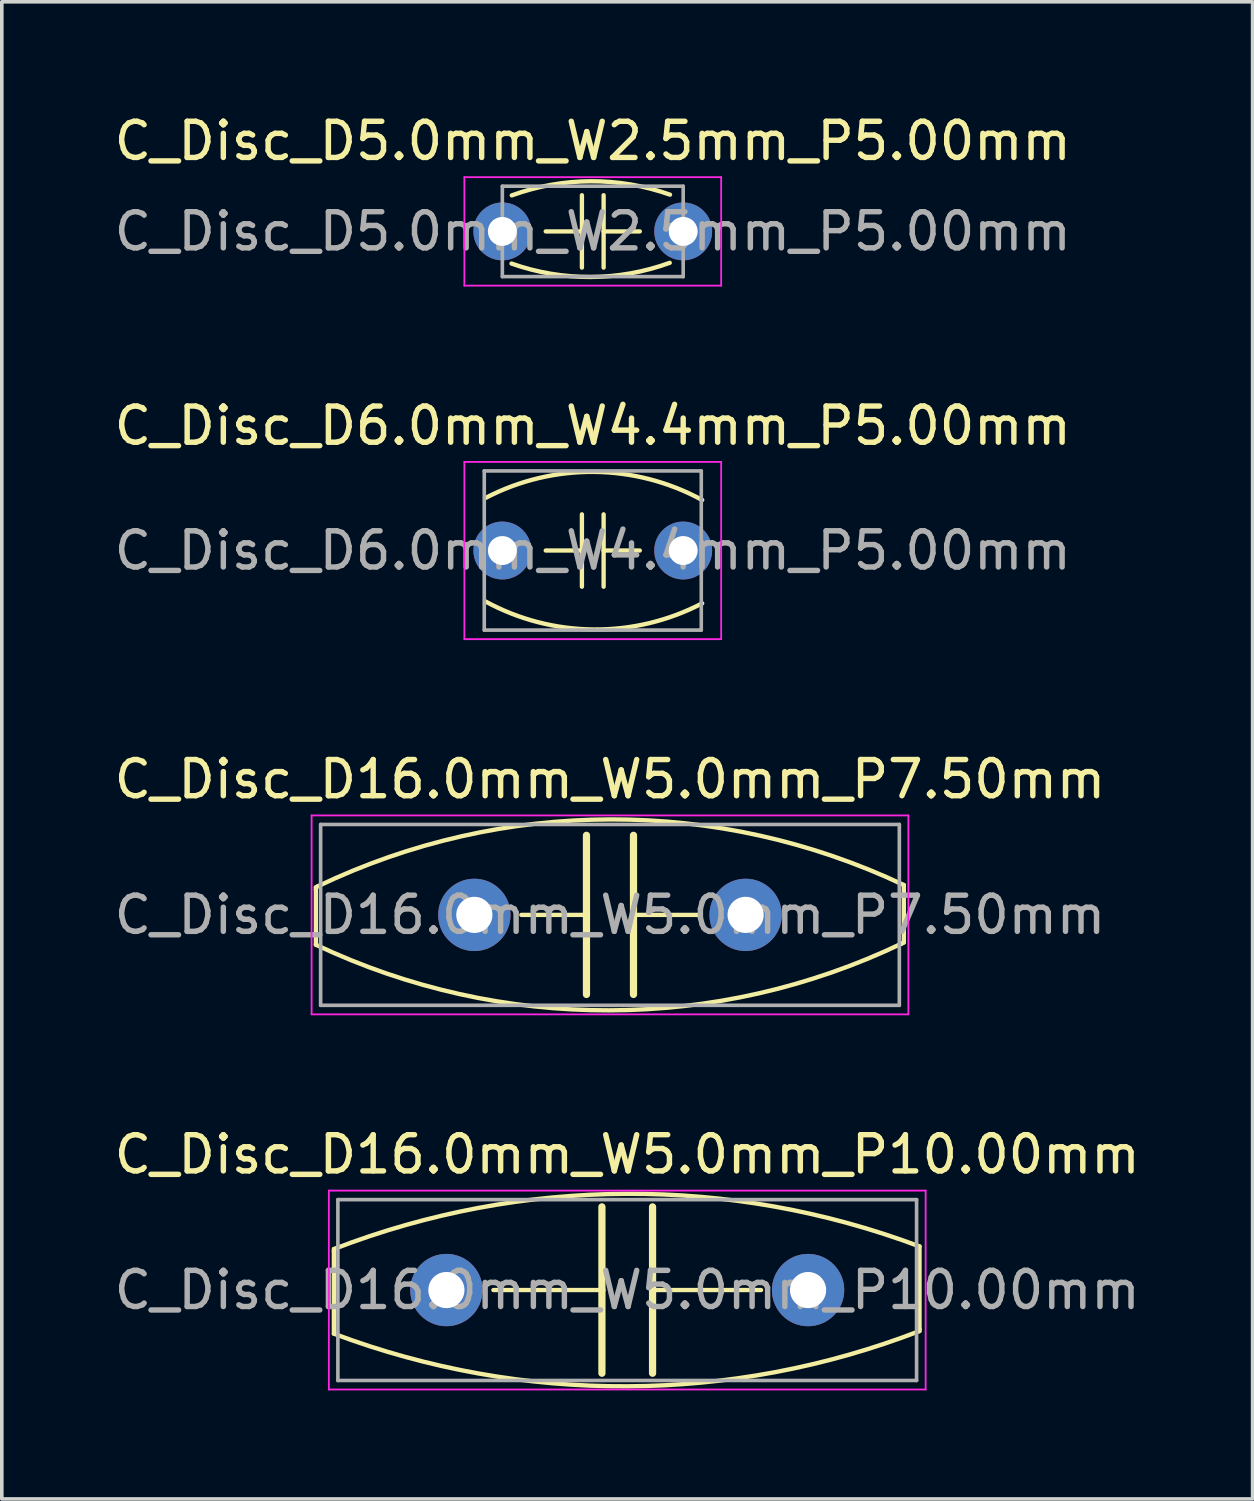
<source format=kicad_pcb>
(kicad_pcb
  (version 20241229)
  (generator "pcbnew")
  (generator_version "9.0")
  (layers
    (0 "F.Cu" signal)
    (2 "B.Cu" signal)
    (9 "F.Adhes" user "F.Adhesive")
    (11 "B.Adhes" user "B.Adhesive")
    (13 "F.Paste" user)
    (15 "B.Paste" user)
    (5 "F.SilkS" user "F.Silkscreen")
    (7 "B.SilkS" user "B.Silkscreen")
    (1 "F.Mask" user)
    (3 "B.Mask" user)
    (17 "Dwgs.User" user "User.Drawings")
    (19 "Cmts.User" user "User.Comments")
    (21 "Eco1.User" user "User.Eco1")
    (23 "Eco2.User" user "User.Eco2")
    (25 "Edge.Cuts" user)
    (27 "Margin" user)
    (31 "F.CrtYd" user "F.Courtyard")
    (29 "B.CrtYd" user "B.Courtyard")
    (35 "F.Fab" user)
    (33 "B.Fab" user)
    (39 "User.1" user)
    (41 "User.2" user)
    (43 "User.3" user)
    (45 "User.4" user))
  (footprint "C_Disc_D16.0mm_W5.0mm_P10.00mm"
    (layer "F.Cu")
    (at 9.292 32.618)
    (property "Reference" "C_Disc_D16.0mm_W5.0mm_P10.00mm" (at 5 -3.75 0) (layer "F.SilkS") (effects (font (size 1 1) (thickness 0.15))))
    (fp_line (start -3.111 -1.079) (end -3.108 -1.135) (stroke (width 0.12) (type solid)) (layer "F.SilkS"))
    (fp_line (start -3.111 1.206) (end -3.111 -1.079) (stroke (width 0.12) (type solid)) (layer "F.SilkS"))
    (fp_line (start 1.3 0) (end 4.3 0) (stroke (width 0.12) (type solid)) (layer "F.SilkS"))
    (fp_line (start 4.3 0) (end 4.3 -2.3) (stroke (width 0.2) (type solid)) (layer "F.SilkS"))
    (fp_line (start 4.3 0) (end 4.3 2.3) (stroke (width 0.2) (type solid)) (layer "F.SilkS"))
    (fp_line (start 5.7 0) (end 5.7 -2.3) (stroke (width 0.2) (type solid)) (layer "F.SilkS"))
    (fp_line (start 5.7 0) (end 5.7 2.3) (stroke (width 0.2) (type solid)) (layer "F.SilkS"))
    (fp_line (start 5.7 0) (end 8.7 0) (stroke (width 0.12) (type solid)) (layer "F.SilkS"))
    (fp_line (start 13.081 -1.206) (end 13.081 1.079) (stroke (width 0.12) (type solid)) (layer "F.SilkS"))
    (fp_line (start 13.081 1.079) (end 13.078 1.135) (stroke (width 0.12) (type solid)) (layer "F.SilkS"))
    (fp_arc (start -3.108432 -1.135057) (mid 4.979707 -2.661191) (end 13.081 -1.2065) (stroke (width 0.12) (type solid)) (layer "F.SilkS"))
    (fp_arc (start 13.077932 1.135057) (mid 4.989793 2.661191) (end -3.1115 1.2065) (stroke (width 0.12) (type solid)) (layer "F.SilkS"))
    (fp_line (start -3.25 -2.75) (end -3.25 2.75) (stroke (width 0.05) (type solid)) (layer "F.CrtYd"))
    (fp_line (start -3.25 2.75) (end 13.25 2.75) (stroke (width 0.05) (type solid)) (layer "F.CrtYd"))
    (fp_line (start 13.25 -2.75) (end -3.25 -2.75) (stroke (width 0.05) (type solid)) (layer "F.CrtYd"))
    (fp_line (start 13.25 2.75) (end 13.25 -2.75) (stroke (width 0.05) (type solid)) (layer "F.CrtYd"))
    (fp_line (start -3 -2.5) (end -3 2.5) (stroke (width 0.1) (type solid)) (layer "F.Fab"))
    (fp_line (start -3 2.5) (end 13 2.5) (stroke (width 0.1) (type solid)) (layer "F.Fab"))
    (fp_line (start 13 -2.5) (end -3 -2.5) (stroke (width 0.1) (type solid)) (layer "F.Fab"))
    (fp_line (start 13 2.5) (end 13 -2.5) (stroke (width 0.1) (type solid)) (layer "F.Fab"))
    (fp_text user "${REFERENCE}" (at 5 0 0) (layer "F.Fab") (effects (font (size 1 1) (thickness 0.15))))
    (pad "1" thru_hole circle (at 0 0) (size 2 2) (drill 1) (layers "*.Cu" "*.Mask"))
    (pad "2" thru_hole circle (at 10 0) (size 2 2) (drill 1) (layers "*.Cu" "*.Mask")))
  (footprint "C_Disc_D6.0mm_W4.4mm_P5.00mm"
    (layer "F.Cu")
    (at 10.839 12.171)
    (property "Reference" "C_Disc_D6.0mm_W4.4mm_P5.00mm" (at 2.5 -3.45 0) (layer "F.SilkS") (effects (font (size 1 1) (thickness 0.15))))
    (fp_line (start 1.2 0) (end 2.2 0) (stroke (width 0.12) (type solid)) (layer "F.SilkS"))
    (fp_line (start 2.2 0) (end 2.2 -1) (stroke (width 0.12) (type solid)) (layer "F.SilkS"))
    (fp_line (start 2.2 0) (end 2.2 1) (stroke (width 0.12) (type solid)) (layer "F.SilkS"))
    (fp_line (start 2.8 -1) (end 2.8 1) (stroke (width 0.12) (type solid)) (layer "F.SilkS"))
    (fp_line (start 2.8 0) (end 3.8 0) (stroke (width 0.12) (type solid)) (layer "F.SilkS"))
    (fp_arc (start -0.469977 -1.451191) (mid 2.53404 -2.173962) (end 5.5245 -1.397) (stroke (width 0.12) (type solid)) (layer "F.SilkS"))
    (fp_arc (start 5.5245 1.4605) (mid 2.520483 2.183271) (end -0.469977 1.406309) (stroke (width 0.12) (type solid)) (layer "F.SilkS"))
    (fp_line (start -1.05 -2.45) (end -1.05 2.45) (stroke (width 0.05) (type solid)) (layer "F.CrtYd"))
    (fp_line (start -1.05 2.45) (end 6.05 2.45) (stroke (width 0.05) (type solid)) (layer "F.CrtYd"))
    (fp_line (start 6.05 -2.45) (end -1.05 -2.45) (stroke (width 0.05) (type solid)) (layer "F.CrtYd"))
    (fp_line (start 6.05 2.45) (end 6.05 -2.45) (stroke (width 0.05) (type solid)) (layer "F.CrtYd"))
    (fp_line (start -0.5 -2.2) (end -0.5 2.2) (stroke (width 0.1) (type solid)) (layer "F.Fab"))
    (fp_line (start -0.5 2.2) (end 5.5 2.2) (stroke (width 0.1) (type solid)) (layer "F.Fab"))
    (fp_line (start 5.5 -2.2) (end -0.5 -2.2) (stroke (width 0.1) (type solid)) (layer "F.Fab"))
    (fp_line (start 5.5 2.2) (end 5.5 -2.2) (stroke (width 0.1) (type solid)) (layer "F.Fab"))
    (fp_text user "${REFERENCE}" (at 2.5 0 0) (layer "F.Fab") (effects (font (size 1 1) (thickness 0.15))))
    (pad "1" thru_hole circle (at 0 0) (size 1.6 1.6) (drill 0.8) (layers "*.Cu" "*.Mask"))
    (pad "2" thru_hole circle (at 5 0) (size 1.6 1.6) (drill 0.8) (layers "*.Cu" "*.Mask")))
  (footprint "C_Disc_D16.0mm_W5.0mm_P7.50mm"
    (layer "F.Cu")
    (at 10.065 22.245)
    (property "Reference" "C_Disc_D16.0mm_W5.0mm_P7.50mm" (at 3.75 -3.75 0) (layer "F.SilkS") (effects (font (size 1 1) (thickness 0.15))))
    (fp_line (start -4.381 -0.762) (end -4.331 -0.789) (stroke (width 0.12) (type solid)) (layer "F.SilkS"))
    (fp_line (start -4.381 -0.699) (end -4.381 -0.762) (stroke (width 0.12) (type solid)) (layer "F.SilkS"))
    (fp_line (start -4.381 0.826) (end -4.381 -0.699) (stroke (width 0.12) (type solid)) (layer "F.SilkS"))
    (fp_line (start 1.3 0) (end 3.1 0) (stroke (width 0.12) (type solid)) (layer "F.SilkS"))
    (fp_line (start 3.1 0) (end 3.1 -2.2) (stroke (width 0.2) (type solid)) (layer "F.SilkS"))
    (fp_line (start 3.1 0) (end 3.1 2.2) (stroke (width 0.2) (type solid)) (layer "F.SilkS"))
    (fp_line (start 4.4 0) (end 4.4 -2.2) (stroke (width 0.2) (type solid)) (layer "F.SilkS"))
    (fp_line (start 4.4 0) (end 4.4 2.2) (stroke (width 0.2) (type solid)) (layer "F.SilkS"))
    (fp_line (start 4.4 0) (end 6.2 0) (stroke (width 0.12) (type solid)) (layer "F.SilkS"))
    (fp_line (start 11.874 -0.826) (end 11.874 0.762) (stroke (width 0.12) (type solid)) (layer "F.SilkS"))
    (fp_line (start 11.874 0.762) (end 11.824 0.789) (stroke (width 0.12) (type solid)) (layer "F.SilkS"))
    (fp_arc (start -4.330969 -0.789052) (mid 3.767644 -2.639565) (end 11.8745 -0.8255) (stroke (width 0.12) (type solid)) (layer "F.SilkS"))
    (fp_arc (start 11.823969 0.789052) (mid 3.725356 2.639565) (end -4.3815 0.8255) (stroke (width 0.12) (type solid)) (layer "F.SilkS"))
    (fp_line (start -4.5 -2.75) (end -4.5 2.75) (stroke (width 0.05) (type solid)) (layer "F.CrtYd"))
    (fp_line (start -4.5 2.75) (end 12 2.75) (stroke (width 0.05) (type solid)) (layer "F.CrtYd"))
    (fp_line (start 12 -2.75) (end -4.5 -2.75) (stroke (width 0.05) (type solid)) (layer "F.CrtYd"))
    (fp_line (start 12 2.75) (end 12 -2.75) (stroke (width 0.05) (type solid)) (layer "F.CrtYd"))
    (fp_line (start -4.25 -2.5) (end -4.25 2.5) (stroke (width 0.1) (type solid)) (layer "F.Fab"))
    (fp_line (start -4.25 2.5) (end 11.75 2.5) (stroke (width 0.1) (type solid)) (layer "F.Fab"))
    (fp_line (start 11.75 -2.5) (end -4.25 -2.5) (stroke (width 0.1) (type solid)) (layer "F.Fab"))
    (fp_line (start 11.75 2.5) (end 11.75 -2.5) (stroke (width 0.1) (type solid)) (layer "F.Fab"))
    (fp_text user "${REFERENCE}" (at 3.75 0 0) (layer "F.Fab") (effects (font (size 1 1) (thickness 0.15))))
    (pad "1" thru_hole circle (at 0 0) (size 2 2) (drill 1) (layers "*.Cu" "*.Mask"))
    (pad "2" thru_hole circle (at 7.5 0) (size 2 2) (drill 1) (layers "*.Cu" "*.Mask")))
  (footprint "C_Disc_D5.0mm_W2.5mm_P5.00mm"
    (layer "F.Cu")
    (at 10.839 3.348)
    (property "Reference" "C_Disc_D5.0mm_W2.5mm_P5.00mm" (at 2.5 -2.5 0) (layer "F.SilkS") (effects (font (size 1 1) (thickness 0.15))))
    (fp_line (start 1.2 0) (end 2.2 0) (stroke (width 0.12) (type solid)) (layer "F.SilkS"))
    (fp_line (start 2.2 0) (end 2.2 -1) (stroke (width 0.12) (type solid)) (layer "F.SilkS"))
    (fp_line (start 2.2 0) (end 2.2 1) (stroke (width 0.12) (type solid)) (layer "F.SilkS"))
    (fp_line (start 2.8 -1) (end 2.8 1) (stroke (width 0.12) (type solid)) (layer "F.SilkS"))
    (fp_line (start 2.8 0) (end 3.8 0) (stroke (width 0.12) (type solid)) (layer "F.SilkS"))
    (fp_arc (start 0.261356 -0.995824) (mid 2.44667 -1.386963) (end 4.6355 -1.016) (stroke (width 0.12) (type solid)) (layer "F.SilkS"))
    (fp_arc (start 4.628144 0.868823) (mid 2.44283 1.259962) (end 0.254 0.889) (stroke (width 0.12) (type solid)) (layer "F.SilkS"))
    (fp_line (start -1.05 -1.5) (end -1.05 1.5) (stroke (width 0.05) (type solid)) (layer "F.CrtYd"))
    (fp_line (start -1.05 1.5) (end 6.05 1.5) (stroke (width 0.05) (type solid)) (layer "F.CrtYd"))
    (fp_line (start 6.05 -1.5) (end -1.05 -1.5) (stroke (width 0.05) (type solid)) (layer "F.CrtYd"))
    (fp_line (start 6.05 1.5) (end 6.05 -1.5) (stroke (width 0.05) (type solid)) (layer "F.CrtYd"))
    (fp_line (start 0 -1.25) (end 0 1.25) (stroke (width 0.1) (type solid)) (layer "F.Fab"))
    (fp_line (start 0 1.25) (end 5 1.25) (stroke (width 0.1) (type solid)) (layer "F.Fab"))
    (fp_line (start 5 -1.25) (end 0 -1.25) (stroke (width 0.1) (type solid)) (layer "F.Fab"))
    (fp_line (start 5 1.25) (end 5 -1.25) (stroke (width 0.1) (type solid)) (layer "F.Fab"))
    (fp_text user "${REFERENCE}" (at 2.5 0 0) (layer "F.Fab") (effects (font (size 1 1) (thickness 0.15))))
    (pad "1" thru_hole circle (at 0 0) (size 1.6 1.6) (drill 0.8) (layers "*.Cu" "*.Mask"))
    (pad "2" thru_hole circle (at 5 0) (size 1.6 1.6) (drill 0.8) (layers "*.Cu" "*.Mask")))
  (gr_rect
    (start -3 -3)
    (end 31.583 38.393)
    (stroke (width 0.1) (type default))
    (fill no)
    (layer "Edge.Cuts")))
</source>
